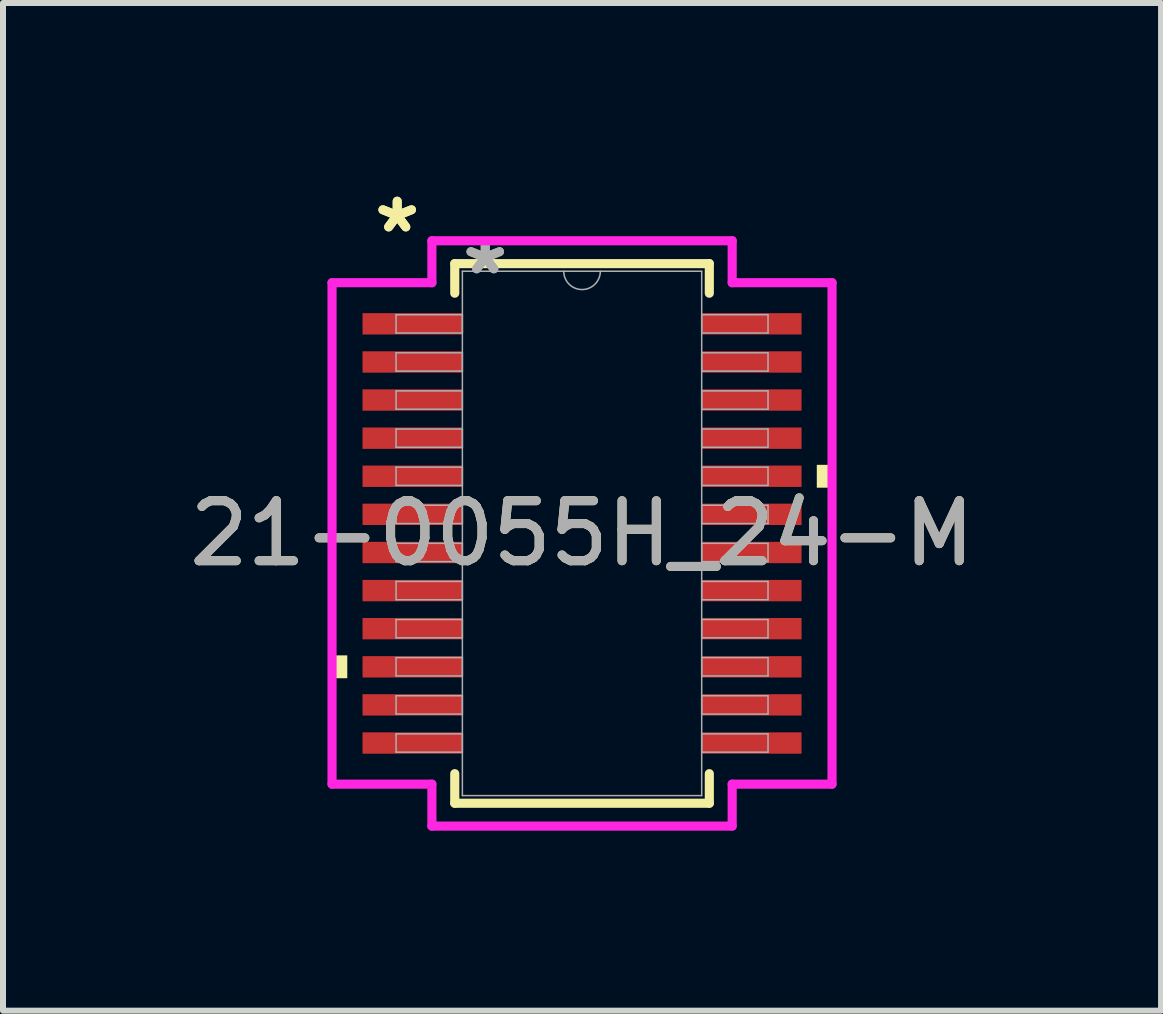
<source format=kicad_pcb>
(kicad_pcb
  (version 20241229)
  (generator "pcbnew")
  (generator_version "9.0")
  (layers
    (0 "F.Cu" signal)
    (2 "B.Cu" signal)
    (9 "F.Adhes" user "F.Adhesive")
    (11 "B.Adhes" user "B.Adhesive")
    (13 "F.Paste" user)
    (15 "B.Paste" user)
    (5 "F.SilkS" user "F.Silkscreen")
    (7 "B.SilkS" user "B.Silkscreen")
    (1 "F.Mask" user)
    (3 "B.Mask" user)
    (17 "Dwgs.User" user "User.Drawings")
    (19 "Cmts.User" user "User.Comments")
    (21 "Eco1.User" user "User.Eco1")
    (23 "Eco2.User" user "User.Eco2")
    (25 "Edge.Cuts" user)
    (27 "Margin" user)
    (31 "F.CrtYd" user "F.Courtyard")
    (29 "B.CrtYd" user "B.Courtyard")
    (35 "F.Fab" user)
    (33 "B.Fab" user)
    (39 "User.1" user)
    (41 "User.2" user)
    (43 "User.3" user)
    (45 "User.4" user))
  (footprint "21-0055H_24-M"
    (layer "F.Cu")
    (at 6.649 5.839)
    (property "Reference" "21-0055H_24-M" (at 0 0 0) (unlocked yes) (layer "F.SilkS") (effects (font (size 1 1) (thickness 0.15))))
    (attr smd)
    (fp_line (start -2.121 -4.496) (end -2.121 -4.003) (stroke (width 0.152) (type solid)) (layer "F.SilkS"))
    (fp_line (start -2.121 4.003) (end -2.121 4.496) (stroke (width 0.152) (type solid)) (layer "F.SilkS"))
    (fp_line (start -2.121 4.496) (end 2.121 4.496) (stroke (width 0.152) (type solid)) (layer "F.SilkS"))
    (fp_line (start 2.121 -4.496) (end -2.121 -4.496) (stroke (width 0.152) (type solid)) (layer "F.SilkS"))
    (fp_line (start 2.121 -4.003) (end 2.121 -4.496) (stroke (width 0.152) (type solid)) (layer "F.SilkS"))
    (fp_line (start 2.121 4.496) (end 2.121 4.003) (stroke (width 0.152) (type solid)) (layer "F.SilkS"))
    (fp_poly (pts (xy -4.166 2.032) (xy -4.166 2.413) (xy -3.912 2.413) (xy -3.912 2.032)) (stroke (width 0) (type solid)) (fill yes) (layer "F.SilkS"))
    (fp_poly (pts (xy 4.166 -1.143) (xy 4.166 -0.762) (xy 3.912 -0.762) (xy 3.912 -1.143)) (stroke (width 0) (type solid)) (fill yes) (layer "F.SilkS"))
    (fp_line (start -4.166 -4.178) (end -2.502 -4.178) (stroke (width 0.152) (type solid)) (layer "F.CrtYd"))
    (fp_line (start -4.166 4.178) (end -4.166 -4.178) (stroke (width 0.152) (type solid)) (layer "F.CrtYd"))
    (fp_line (start -4.166 4.178) (end -2.502 4.178) (stroke (width 0.152) (type solid)) (layer "F.CrtYd"))
    (fp_line (start -2.502 -4.877) (end 2.502 -4.877) (stroke (width 0.152) (type solid)) (layer "F.CrtYd"))
    (fp_line (start -2.502 -4.178) (end -2.502 -4.877) (stroke (width 0.152) (type solid)) (layer "F.CrtYd"))
    (fp_line (start -2.502 4.877) (end -2.502 4.178) (stroke (width 0.152) (type solid)) (layer "F.CrtYd"))
    (fp_line (start 2.502 -4.877) (end 2.502 -4.178) (stroke (width 0.152) (type solid)) (layer "F.CrtYd"))
    (fp_line (start 2.502 4.178) (end 2.502 4.877) (stroke (width 0.152) (type solid)) (layer "F.CrtYd"))
    (fp_line (start 2.502 4.877) (end -2.502 4.877) (stroke (width 0.152) (type solid)) (layer "F.CrtYd"))
    (fp_line (start 4.166 -4.178) (end 2.502 -4.178) (stroke (width 0.152) (type solid)) (layer "F.CrtYd"))
    (fp_line (start 4.166 -4.178) (end 4.166 4.178) (stroke (width 0.152) (type solid)) (layer "F.CrtYd"))
    (fp_line (start 4.166 4.178) (end 2.502 4.178) (stroke (width 0.152) (type solid)) (layer "F.CrtYd"))
    (fp_line (start -3.099 -3.645) (end -3.099 -3.34) (stroke (width 0.025) (type solid)) (layer "F.Fab"))
    (fp_line (start -3.099 -3.34) (end -1.994 -3.34) (stroke (width 0.025) (type solid)) (layer "F.Fab"))
    (fp_line (start -3.099 -3.01) (end -3.099 -2.705) (stroke (width 0.025) (type solid)) (layer "F.Fab"))
    (fp_line (start -3.099 -2.705) (end -1.994 -2.705) (stroke (width 0.025) (type solid)) (layer "F.Fab"))
    (fp_line (start -3.099 -2.375) (end -3.099 -2.07) (stroke (width 0.025) (type solid)) (layer "F.Fab"))
    (fp_line (start -3.099 -2.07) (end -1.994 -2.07) (stroke (width 0.025) (type solid)) (layer "F.Fab"))
    (fp_line (start -3.099 -1.74) (end -3.099 -1.435) (stroke (width 0.025) (type solid)) (layer "F.Fab"))
    (fp_line (start -3.099 -1.435) (end -1.994 -1.435) (stroke (width 0.025) (type solid)) (layer "F.Fab"))
    (fp_line (start -3.099 -1.105) (end -3.099 -0.8) (stroke (width 0.025) (type solid)) (layer "F.Fab"))
    (fp_line (start -3.099 -0.8) (end -1.994 -0.8) (stroke (width 0.025) (type solid)) (layer "F.Fab"))
    (fp_line (start -3.099 -0.47) (end -3.099 -0.165) (stroke (width 0.025) (type solid)) (layer "F.Fab"))
    (fp_line (start -3.099 -0.165) (end -1.994 -0.165) (stroke (width 0.025) (type solid)) (layer "F.Fab"))
    (fp_line (start -3.099 0.165) (end -3.099 0.47) (stroke (width 0.025) (type solid)) (layer "F.Fab"))
    (fp_line (start -3.099 0.47) (end -1.994 0.47) (stroke (width 0.025) (type solid)) (layer "F.Fab"))
    (fp_line (start -3.099 0.8) (end -3.099 1.105) (stroke (width 0.025) (type solid)) (layer "F.Fab"))
    (fp_line (start -3.099 1.105) (end -1.994 1.105) (stroke (width 0.025) (type solid)) (layer "F.Fab"))
    (fp_line (start -3.099 1.435) (end -3.099 1.74) (stroke (width 0.025) (type solid)) (layer "F.Fab"))
    (fp_line (start -3.099 1.74) (end -1.994 1.74) (stroke (width 0.025) (type solid)) (layer "F.Fab"))
    (fp_line (start -3.099 2.07) (end -3.099 2.375) (stroke (width 0.025) (type solid)) (layer "F.Fab"))
    (fp_line (start -3.099 2.375) (end -1.994 2.375) (stroke (width 0.025) (type solid)) (layer "F.Fab"))
    (fp_line (start -3.099 2.705) (end -3.099 3.01) (stroke (width 0.025) (type solid)) (layer "F.Fab"))
    (fp_line (start -3.099 3.01) (end -1.994 3.01) (stroke (width 0.025) (type solid)) (layer "F.Fab"))
    (fp_line (start -3.099 3.34) (end -3.099 3.645) (stroke (width 0.025) (type solid)) (layer "F.Fab"))
    (fp_line (start -3.099 3.645) (end -1.994 3.645) (stroke (width 0.025) (type solid)) (layer "F.Fab"))
    (fp_line (start -1.994 -4.369) (end -1.994 4.369) (stroke (width 0.025) (type solid)) (layer "F.Fab"))
    (fp_line (start -1.994 -3.645) (end -3.099 -3.645) (stroke (width 0.025) (type solid)) (layer "F.Fab"))
    (fp_line (start -1.994 -3.34) (end -1.994 -3.645) (stroke (width 0.025) (type solid)) (layer "F.Fab"))
    (fp_line (start -1.994 -3.01) (end -3.099 -3.01) (stroke (width 0.025) (type solid)) (layer "F.Fab"))
    (fp_line (start -1.994 -2.705) (end -1.994 -3.01) (stroke (width 0.025) (type solid)) (layer "F.Fab"))
    (fp_line (start -1.994 -2.375) (end -3.099 -2.375) (stroke (width 0.025) (type solid)) (layer "F.Fab"))
    (fp_line (start -1.994 -2.07) (end -1.994 -2.375) (stroke (width 0.025) (type solid)) (layer "F.Fab"))
    (fp_line (start -1.994 -1.74) (end -3.099 -1.74) (stroke (width 0.025) (type solid)) (layer "F.Fab"))
    (fp_line (start -1.994 -1.435) (end -1.994 -1.74) (stroke (width 0.025) (type solid)) (layer "F.Fab"))
    (fp_line (start -1.994 -1.105) (end -3.099 -1.105) (stroke (width 0.025) (type solid)) (layer "F.Fab"))
    (fp_line (start -1.994 -0.8) (end -1.994 -1.105) (stroke (width 0.025) (type solid)) (layer "F.Fab"))
    (fp_line (start -1.994 -0.47) (end -3.099 -0.47) (stroke (width 0.025) (type solid)) (layer "F.Fab"))
    (fp_line (start -1.994 -0.165) (end -1.994 -0.47) (stroke (width 0.025) (type solid)) (layer "F.Fab"))
    (fp_line (start -1.994 0.165) (end -3.099 0.165) (stroke (width 0.025) (type solid)) (layer "F.Fab"))
    (fp_line (start -1.994 0.47) (end -1.994 0.165) (stroke (width 0.025) (type solid)) (layer "F.Fab"))
    (fp_line (start -1.994 0.8) (end -3.099 0.8) (stroke (width 0.025) (type solid)) (layer "F.Fab"))
    (fp_line (start -1.994 1.105) (end -1.994 0.8) (stroke (width 0.025) (type solid)) (layer "F.Fab"))
    (fp_line (start -1.994 1.435) (end -3.099 1.435) (stroke (width 0.025) (type solid)) (layer "F.Fab"))
    (fp_line (start -1.994 1.74) (end -1.994 1.435) (stroke (width 0.025) (type solid)) (layer "F.Fab"))
    (fp_line (start -1.994 2.07) (end -3.099 2.07) (stroke (width 0.025) (type solid)) (layer "F.Fab"))
    (fp_line (start -1.994 2.375) (end -1.994 2.07) (stroke (width 0.025) (type solid)) (layer "F.Fab"))
    (fp_line (start -1.994 2.705) (end -3.099 2.705) (stroke (width 0.025) (type solid)) (layer "F.Fab"))
    (fp_line (start -1.994 3.01) (end -1.994 2.705) (stroke (width 0.025) (type solid)) (layer "F.Fab"))
    (fp_line (start -1.994 3.34) (end -3.099 3.34) (stroke (width 0.025) (type solid)) (layer "F.Fab"))
    (fp_line (start -1.994 3.645) (end -1.994 3.34) (stroke (width 0.025) (type solid)) (layer "F.Fab"))
    (fp_line (start -1.994 4.369) (end 1.994 4.369) (stroke (width 0.025) (type solid)) (layer "F.Fab"))
    (fp_line (start 1.994 -4.369) (end -1.994 -4.369) (stroke (width 0.025) (type solid)) (layer "F.Fab"))
    (fp_line (start 1.994 -3.645) (end 1.994 -3.34) (stroke (width 0.025) (type solid)) (layer "F.Fab"))
    (fp_line (start 1.994 -3.34) (end 3.099 -3.34) (stroke (width 0.025) (type solid)) (layer "F.Fab"))
    (fp_line (start 1.994 -3.01) (end 1.994 -2.705) (stroke (width 0.025) (type solid)) (layer "F.Fab"))
    (fp_line (start 1.994 -2.705) (end 3.099 -2.705) (stroke (width 0.025) (type solid)) (layer "F.Fab"))
    (fp_line (start 1.994 -2.375) (end 1.994 -2.07) (stroke (width 0.025) (type solid)) (layer "F.Fab"))
    (fp_line (start 1.994 -2.07) (end 3.099 -2.07) (stroke (width 0.025) (type solid)) (layer "F.Fab"))
    (fp_line (start 1.994 -1.74) (end 1.994 -1.435) (stroke (width 0.025) (type solid)) (layer "F.Fab"))
    (fp_line (start 1.994 -1.435) (end 3.099 -1.435) (stroke (width 0.025) (type solid)) (layer "F.Fab"))
    (fp_line (start 1.994 -1.105) (end 1.994 -0.8) (stroke (width 0.025) (type solid)) (layer "F.Fab"))
    (fp_line (start 1.994 -0.8) (end 3.099 -0.8) (stroke (width 0.025) (type solid)) (layer "F.Fab"))
    (fp_line (start 1.994 -0.47) (end 1.994 -0.165) (stroke (width 0.025) (type solid)) (layer "F.Fab"))
    (fp_line (start 1.994 -0.165) (end 3.099 -0.165) (stroke (width 0.025) (type solid)) (layer "F.Fab"))
    (fp_line (start 1.994 0.165) (end 1.994 0.47) (stroke (width 0.025) (type solid)) (layer "F.Fab"))
    (fp_line (start 1.994 0.47) (end 3.099 0.47) (stroke (width 0.025) (type solid)) (layer "F.Fab"))
    (fp_line (start 1.994 0.8) (end 1.994 1.105) (stroke (width 0.025) (type solid)) (layer "F.Fab"))
    (fp_line (start 1.994 1.105) (end 3.099 1.105) (stroke (width 0.025) (type solid)) (layer "F.Fab"))
    (fp_line (start 1.994 1.435) (end 1.994 1.74) (stroke (width 0.025) (type solid)) (layer "F.Fab"))
    (fp_line (start 1.994 1.74) (end 3.099 1.74) (stroke (width 0.025) (type solid)) (layer "F.Fab"))
    (fp_line (start 1.994 2.07) (end 1.994 2.375) (stroke (width 0.025) (type solid)) (layer "F.Fab"))
    (fp_line (start 1.994 2.375) (end 3.099 2.375) (stroke (width 0.025) (type solid)) (layer "F.Fab"))
    (fp_line (start 1.994 2.705) (end 1.994 3.01) (stroke (width 0.025) (type solid)) (layer "F.Fab"))
    (fp_line (start 1.994 3.01) (end 3.099 3.01) (stroke (width 0.025) (type solid)) (layer "F.Fab"))
    (fp_line (start 1.994 3.34) (end 1.994 3.645) (stroke (width 0.025) (type solid)) (layer "F.Fab"))
    (fp_line (start 1.994 3.645) (end 3.099 3.645) (stroke (width 0.025) (type solid)) (layer "F.Fab"))
    (fp_line (start 1.994 4.369) (end 1.994 -4.369) (stroke (width 0.025) (type solid)) (layer "F.Fab"))
    (fp_line (start 3.099 -3.645) (end 1.994 -3.645) (stroke (width 0.025) (type solid)) (layer "F.Fab"))
    (fp_line (start 3.099 -3.34) (end 3.099 -3.645) (stroke (width 0.025) (type solid)) (layer "F.Fab"))
    (fp_line (start 3.099 -3.01) (end 1.994 -3.01) (stroke (width 0.025) (type solid)) (layer "F.Fab"))
    (fp_line (start 3.099 -2.705) (end 3.099 -3.01) (stroke (width 0.025) (type solid)) (layer "F.Fab"))
    (fp_line (start 3.099 -2.375) (end 1.994 -2.375) (stroke (width 0.025) (type solid)) (layer "F.Fab"))
    (fp_line (start 3.099 -2.07) (end 3.099 -2.375) (stroke (width 0.025) (type solid)) (layer "F.Fab"))
    (fp_line (start 3.099 -1.74) (end 1.994 -1.74) (stroke (width 0.025) (type solid)) (layer "F.Fab"))
    (fp_line (start 3.099 -1.435) (end 3.099 -1.74) (stroke (width 0.025) (type solid)) (layer "F.Fab"))
    (fp_line (start 3.099 -1.105) (end 1.994 -1.105) (stroke (width 0.025) (type solid)) (layer "F.Fab"))
    (fp_line (start 3.099 -0.8) (end 3.099 -1.105) (stroke (width 0.025) (type solid)) (layer "F.Fab"))
    (fp_line (start 3.099 -0.47) (end 1.994 -0.47) (stroke (width 0.025) (type solid)) (layer "F.Fab"))
    (fp_line (start 3.099 -0.165) (end 3.099 -0.47) (stroke (width 0.025) (type solid)) (layer "F.Fab"))
    (fp_line (start 3.099 0.165) (end 1.994 0.165) (stroke (width 0.025) (type solid)) (layer "F.Fab"))
    (fp_line (start 3.099 0.47) (end 3.099 0.165) (stroke (width 0.025) (type solid)) (layer "F.Fab"))
    (fp_line (start 3.099 0.8) (end 1.994 0.8) (stroke (width 0.025) (type solid)) (layer "F.Fab"))
    (fp_line (start 3.099 1.105) (end 3.099 0.8) (stroke (width 0.025) (type solid)) (layer "F.Fab"))
    (fp_line (start 3.099 1.435) (end 1.994 1.435) (stroke (width 0.025) (type solid)) (layer "F.Fab"))
    (fp_line (start 3.099 1.74) (end 3.099 1.435) (stroke (width 0.025) (type solid)) (layer "F.Fab"))
    (fp_line (start 3.099 2.07) (end 1.994 2.07) (stroke (width 0.025) (type solid)) (layer "F.Fab"))
    (fp_line (start 3.099 2.375) (end 3.099 2.07) (stroke (width 0.025) (type solid)) (layer "F.Fab"))
    (fp_line (start 3.099 2.705) (end 1.994 2.705) (stroke (width 0.025) (type solid)) (layer "F.Fab"))
    (fp_line (start 3.099 3.01) (end 3.099 2.705) (stroke (width 0.025) (type solid)) (layer "F.Fab"))
    (fp_line (start 3.099 3.34) (end 1.994 3.34) (stroke (width 0.025) (type solid)) (layer "F.Fab"))
    (fp_line (start 3.099 3.645) (end 3.099 3.34) (stroke (width 0.025) (type solid)) (layer "F.Fab"))
    (fp_arc (start 0.3048 -4.3688) (mid 0 -4.064) (end -0.3048 -4.3688) (stroke (width 0.0254) (type solid)) (layer "F.Fab"))
    (fp_text user "*" (at -3.08 -4.991 0) (layer "F.SilkS") (effects (font (size 1 1) (thickness 0.15))))
    (fp_text user "*" (at -3.08 -4.991 0) (unlocked yes) (layer "F.SilkS") (effects (font (size 1 1) (thickness 0.15))))
    (fp_text user "*" (at -1.613 -4.293 0) (layer "F.Fab") (effects (font (size 1 1) (thickness 0.15))))
    (fp_text user "*" (at -1.613 -4.293 0) (unlocked yes) (layer "F.Fab") (effects (font (size 1 1) (thickness 0.15))))
    (fp_text user "${REFERENCE}" (at 0 0 0) (unlocked yes) (layer "F.Fab") (effects (font (size 1 1) (thickness 0.15))))
    (pad "1" smd rect (at -2.826 -3.493) (size 1.664 0.356) (layers "F.Cu" "F.Mask" "F.Paste"))
    (pad "2" smd rect (at -2.826 -2.857) (size 1.664 0.356) (layers "F.Cu" "F.Mask" "F.Paste"))
    (pad "3" smd rect (at -2.826 -2.223) (size 1.664 0.356) (layers "F.Cu" "F.Mask" "F.Paste"))
    (pad "4" smd rect (at -2.826 -1.587) (size 1.664 0.356) (layers "F.Cu" "F.Mask" "F.Paste"))
    (pad "5" smd rect (at -2.826 -0.953) (size 1.664 0.356) (layers "F.Cu" "F.Mask" "F.Paste"))
    (pad "6" smd rect (at -2.826 -0.318) (size 1.664 0.356) (layers "F.Cu" "F.Mask" "F.Paste"))
    (pad "7" smd rect (at -2.826 0.318) (size 1.664 0.356) (layers "F.Cu" "F.Mask" "F.Paste"))
    (pad "8" smd rect (at -2.826 0.953) (size 1.664 0.356) (layers "F.Cu" "F.Mask" "F.Paste"))
    (pad "9" smd rect (at -2.826 1.587) (size 1.664 0.356) (layers "F.Cu" "F.Mask" "F.Paste"))
    (pad "10" smd rect (at -2.826 2.223) (size 1.664 0.356) (layers "F.Cu" "F.Mask" "F.Paste"))
    (pad "11" smd rect (at -2.826 2.857) (size 1.664 0.356) (layers "F.Cu" "F.Mask" "F.Paste"))
    (pad "12" smd rect (at -2.826 3.493) (size 1.664 0.356) (layers "F.Cu" "F.Mask" "F.Paste"))
    (pad "13" smd rect (at 2.826 3.493) (size 1.664 0.356) (layers "F.Cu" "F.Mask" "F.Paste"))
    (pad "14" smd rect (at 2.826 2.857) (size 1.664 0.356) (layers "F.Cu" "F.Mask" "F.Paste"))
    (pad "15" smd rect (at 2.826 2.223) (size 1.664 0.356) (layers "F.Cu" "F.Mask" "F.Paste"))
    (pad "16" smd rect (at 2.826 1.587) (size 1.664 0.356) (layers "F.Cu" "F.Mask" "F.Paste"))
    (pad "17" smd rect (at 2.826 0.953) (size 1.664 0.356) (layers "F.Cu" "F.Mask" "F.Paste"))
    (pad "18" smd rect (at 2.826 0.318) (size 1.664 0.356) (layers "F.Cu" "F.Mask" "F.Paste"))
    (pad "19" smd rect (at 2.826 -0.318) (size 1.664 0.356) (layers "F.Cu" "F.Mask" "F.Paste"))
    (pad "20" smd rect (at 2.826 -0.953) (size 1.664 0.356) (layers "F.Cu" "F.Mask" "F.Paste"))
    (pad "21" smd rect (at 2.826 -1.587) (size 1.664 0.356) (layers "F.Cu" "F.Mask" "F.Paste"))
    (pad "22" smd rect (at 2.826 -2.223) (size 1.664 0.356) (layers "F.Cu" "F.Mask" "F.Paste"))
    (pad "23" smd rect (at 2.826 -2.857) (size 1.664 0.356) (layers "F.Cu" "F.Mask" "F.Paste"))
    (pad "24" smd rect (at 2.826 -3.493) (size 1.664 0.356) (layers "F.Cu" "F.Mask" "F.Paste")))
  (gr_rect
    (start -3 -3)
    (end 16.298 13.792)
    (stroke (width 0.1) (type default))
    (fill no)
    (layer "Edge.Cuts")))
</source>
